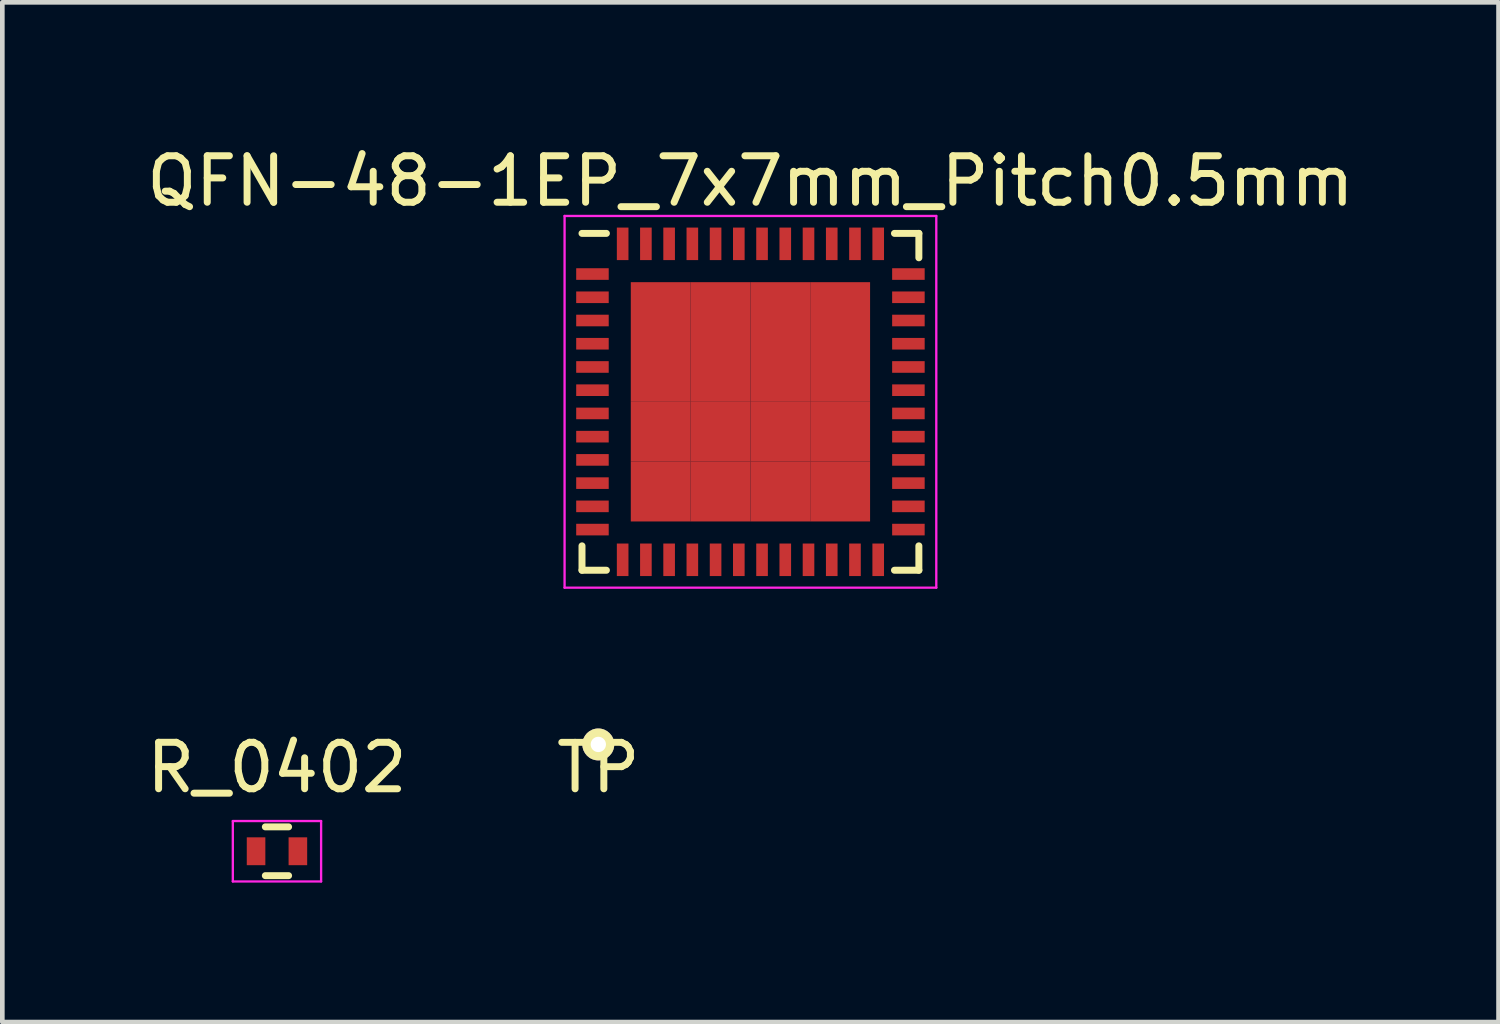
<source format=kicad_pcb>
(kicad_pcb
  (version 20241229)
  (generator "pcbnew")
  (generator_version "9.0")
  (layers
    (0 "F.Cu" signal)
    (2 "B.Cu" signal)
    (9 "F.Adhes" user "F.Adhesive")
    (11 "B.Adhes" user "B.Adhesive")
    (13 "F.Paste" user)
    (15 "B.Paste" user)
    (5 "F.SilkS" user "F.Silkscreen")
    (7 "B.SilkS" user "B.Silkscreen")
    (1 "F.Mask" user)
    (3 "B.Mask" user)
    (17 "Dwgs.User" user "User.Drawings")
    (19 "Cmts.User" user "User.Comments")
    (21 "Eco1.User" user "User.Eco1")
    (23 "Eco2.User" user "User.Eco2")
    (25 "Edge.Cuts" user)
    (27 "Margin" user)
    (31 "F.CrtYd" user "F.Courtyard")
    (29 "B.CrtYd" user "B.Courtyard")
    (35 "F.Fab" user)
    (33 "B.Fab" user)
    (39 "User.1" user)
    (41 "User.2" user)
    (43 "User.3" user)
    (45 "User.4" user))
  (footprint "R_0402"
    (layer "F.Cu")
    (at 2.911 15.271)
    (property "Reference" "R_0402" (at 0 -1.8 0) (layer "F.SilkS") (effects (font (size 1 1) (thickness 0.15))))
    (attr smd)
    (fp_line (start -0.25 0.525) (end 0.25 0.525) (stroke (width 0.15) (type solid)) (layer "F.SilkS"))
    (fp_line (start 0.25 -0.525) (end -0.25 -0.525) (stroke (width 0.15) (type solid)) (layer "F.SilkS"))
    (fp_line (start -0.95 -0.65) (end -0.95 0.65) (stroke (width 0.05) (type solid)) (layer "F.CrtYd"))
    (fp_line (start -0.95 -0.65) (end 0.95 -0.65) (stroke (width 0.05) (type solid)) (layer "F.CrtYd"))
    (fp_line (start -0.95 0.65) (end 0.95 0.65) (stroke (width 0.05) (type solid)) (layer "F.CrtYd"))
    (fp_line (start 0.95 -0.65) (end 0.95 0.65) (stroke (width 0.05) (type solid)) (layer "F.CrtYd"))
    (pad "1" smd rect (at -0.45 0) (size 0.4 0.6) (layers "F.Cu" "F.Mask" "F.Paste"))
    (pad "2" smd rect (at 0.45 0) (size 0.4 0.6) (layers "F.Cu" "F.Mask" "F.Paste")))
  (footprint "QFN-48-1EP_7x7mm_Pitch0.5mm"
    (layer "F.Cu")
    (at 13.101 5.598)
    (property "Reference" "QFN-48-1EP_7x7mm_Pitch0.5mm" (at 0 -4.75 0) (layer "F.SilkS") (effects (font (size 1 1) (thickness 0.15))))
    (attr smd)
    (fp_line (start -3.625 -3.625) (end -3.1 -3.625) (stroke (width 0.15) (type solid)) (layer "F.SilkS"))
    (fp_line (start -3.625 3.625) (end -3.625 3.1) (stroke (width 0.15) (type solid)) (layer "F.SilkS"))
    (fp_line (start -3.625 3.625) (end -3.1 3.625) (stroke (width 0.15) (type solid)) (layer "F.SilkS"))
    (fp_line (start 3.625 -3.625) (end 3.1 -3.625) (stroke (width 0.15) (type solid)) (layer "F.SilkS"))
    (fp_line (start 3.625 -3.625) (end 3.625 -3.1) (stroke (width 0.15) (type solid)) (layer "F.SilkS"))
    (fp_line (start 3.625 3.625) (end 3.1 3.625) (stroke (width 0.15) (type solid)) (layer "F.SilkS"))
    (fp_line (start 3.625 3.625) (end 3.625 3.1) (stroke (width 0.15) (type solid)) (layer "F.SilkS"))
    (fp_line (start -4 -4) (end -4 4) (stroke (width 0.05) (type solid)) (layer "F.CrtYd"))
    (fp_line (start -4 -4) (end 4 -4) (stroke (width 0.05) (type solid)) (layer "F.CrtYd"))
    (fp_line (start -4 4) (end 4 4) (stroke (width 0.05) (type solid)) (layer "F.CrtYd"))
    (fp_line (start 4 -4) (end 4 4) (stroke (width 0.05) (type solid)) (layer "F.CrtYd"))
    (pad "1" smd rect (at -3.4 -2.75) (size 0.7 0.25) (layers "F.Cu" "F.Mask" "F.Paste"))
    (pad "2" smd rect (at -3.4 -2.25) (size 0.7 0.25) (layers "F.Cu" "F.Mask" "F.Paste"))
    (pad "3" smd rect (at -3.4 -1.75) (size 0.7 0.25) (layers "F.Cu" "F.Mask" "F.Paste"))
    (pad "4" smd rect (at -3.4 -1.25) (size 0.7 0.25) (layers "F.Cu" "F.Mask" "F.Paste"))
    (pad "5" smd rect (at -3.4 -0.75) (size 0.7 0.25) (layers "F.Cu" "F.Mask" "F.Paste"))
    (pad "6" smd rect (at -3.4 -0.25) (size 0.7 0.25) (layers "F.Cu" "F.Mask" "F.Paste"))
    (pad "7" smd rect (at -3.4 0.25) (size 0.7 0.25) (layers "F.Cu" "F.Mask" "F.Paste"))
    (pad "8" smd rect (at -3.4 0.75) (size 0.7 0.25) (layers "F.Cu" "F.Mask" "F.Paste"))
    (pad "9" smd rect (at -3.4 1.25) (size 0.7 0.25) (layers "F.Cu" "F.Mask" "F.Paste"))
    (pad "10" smd rect (at -3.4 1.75) (size 0.7 0.25) (layers "F.Cu" "F.Mask" "F.Paste"))
    (pad "11" smd rect (at -3.4 2.25) (size 0.7 0.25) (layers "F.Cu" "F.Mask" "F.Paste"))
    (pad "12" smd rect (at -3.4 2.75) (size 0.7 0.25) (layers "F.Cu" "F.Mask" "F.Paste"))
    (pad "13" smd rect (at -2.75 3.4 90) (size 0.7 0.25) (layers "F.Cu" "F.Mask" "F.Paste"))
    (pad "14" smd rect (at -2.25 3.4 90) (size 0.7 0.25) (layers "F.Cu" "F.Mask" "F.Paste"))
    (pad "15" smd rect (at -1.75 3.4 90) (size 0.7 0.25) (layers "F.Cu" "F.Mask" "F.Paste"))
    (pad "16" smd rect (at -1.25 3.4 90) (size 0.7 0.25) (layers "F.Cu" "F.Mask" "F.Paste"))
    (pad "17" smd rect (at -0.75 3.4 90) (size 0.7 0.25) (layers "F.Cu" "F.Mask" "F.Paste"))
    (pad "18" smd rect (at -0.25 3.4 90) (size 0.7 0.25) (layers "F.Cu" "F.Mask" "F.Paste"))
    (pad "19" smd rect (at 0.25 3.4 90) (size 0.7 0.25) (layers "F.Cu" "F.Mask" "F.Paste"))
    (pad "20" smd rect (at 0.75 3.4 90) (size 0.7 0.25) (layers "F.Cu" "F.Mask" "F.Paste"))
    (pad "21" smd rect (at 1.25 3.4 90) (size 0.7 0.25) (layers "F.Cu" "F.Mask" "F.Paste"))
    (pad "22" smd rect (at 1.75 3.4 90) (size 0.7 0.25) (layers "F.Cu" "F.Mask" "F.Paste"))
    (pad "23" smd rect (at 2.25 3.4 90) (size 0.7 0.25) (layers "F.Cu" "F.Mask" "F.Paste"))
    (pad "24" smd rect (at 2.75 3.4 90) (size 0.7 0.25) (layers "F.Cu" "F.Mask" "F.Paste"))
    (pad "25" smd rect (at 3.4 2.75) (size 0.7 0.25) (layers "F.Cu" "F.Mask" "F.Paste"))
    (pad "26" smd rect (at 3.4 2.25) (size 0.7 0.25) (layers "F.Cu" "F.Mask" "F.Paste"))
    (pad "27" smd rect (at 3.4 1.75) (size 0.7 0.25) (layers "F.Cu" "F.Mask" "F.Paste"))
    (pad "28" smd rect (at 3.4 1.25) (size 0.7 0.25) (layers "F.Cu" "F.Mask" "F.Paste"))
    (pad "29" smd rect (at 3.4 0.75) (size 0.7 0.25) (layers "F.Cu" "F.Mask" "F.Paste"))
    (pad "30" smd rect (at 3.4 0.25) (size 0.7 0.25) (layers "F.Cu" "F.Mask" "F.Paste"))
    (pad "31" smd rect (at 3.4 -0.25) (size 0.7 0.25) (layers "F.Cu" "F.Mask" "F.Paste"))
    (pad "32" smd rect (at 3.4 -0.75) (size 0.7 0.25) (layers "F.Cu" "F.Mask" "F.Paste"))
    (pad "33" smd rect (at 3.4 -1.25) (size 0.7 0.25) (layers "F.Cu" "F.Mask" "F.Paste"))
    (pad "34" smd rect (at 3.4 -1.75) (size 0.7 0.25) (layers "F.Cu" "F.Mask" "F.Paste"))
    (pad "35" smd rect (at 3.4 -2.25) (size 0.7 0.25) (layers "F.Cu" "F.Mask" "F.Paste"))
    (pad "36" smd rect (at 3.4 -2.75) (size 0.7 0.25) (layers "F.Cu" "F.Mask" "F.Paste"))
    (pad "37" smd rect (at 2.75 -3.4 90) (size 0.7 0.25) (layers "F.Cu" "F.Mask" "F.Paste"))
    (pad "38" smd rect (at 2.25 -3.4 90) (size 0.7 0.25) (layers "F.Cu" "F.Mask" "F.Paste"))
    (pad "39" smd rect (at 1.75 -3.4 90) (size 0.7 0.25) (layers "F.Cu" "F.Mask" "F.Paste"))
    (pad "40" smd rect (at 1.25 -3.4 90) (size 0.7 0.25) (layers "F.Cu" "F.Mask" "F.Paste"))
    (pad "41" smd rect (at 0.75 -3.4 90) (size 0.7 0.25) (layers "F.Cu" "F.Mask" "F.Paste"))
    (pad "42" smd rect (at 0.25 -3.4 90) (size 0.7 0.25) (layers "F.Cu" "F.Mask" "F.Paste"))
    (pad "43" smd rect (at -0.25 -3.4 90) (size 0.7 0.25) (layers "F.Cu" "F.Mask" "F.Paste"))
    (pad "44" smd rect (at -0.75 -3.4 90) (size 0.7 0.25) (layers "F.Cu" "F.Mask" "F.Paste"))
    (pad "45" smd rect (at -1.25 -3.4 90) (size 0.7 0.25) (layers "F.Cu" "F.Mask" "F.Paste"))
    (pad "46" smd rect (at -1.75 -3.4 90) (size 0.7 0.25) (layers "F.Cu" "F.Mask" "F.Paste"))
    (pad "47" smd rect (at -2.25 -3.4 90) (size 0.7 0.25) (layers "F.Cu" "F.Mask" "F.Paste"))
    (pad "48" smd rect (at -2.75 -3.4 90) (size 0.7 0.25) (layers "F.Cu" "F.Mask" "F.Paste"))
    (pad "49" smd rect (at -1.931 -1.931) (size 1.288 1.288) (layers "F.Cu" "F.Mask" "F.Paste"))
    (pad "49" smd rect (at -1.931 -0.644) (size 1.288 1.288) (layers "F.Cu" "F.Mask" "F.Paste"))
    (pad "49" smd rect (at -1.931 0.644) (size 1.288 1.288) (layers "F.Cu" "F.Mask" "F.Paste"))
    (pad "49" smd rect (at -1.931 1.931) (size 1.288 1.288) (layers "F.Cu" "F.Mask" "F.Paste"))
    (pad "49" smd rect (at -0.644 -1.931) (size 1.288 1.288) (layers "F.Cu" "F.Mask" "F.Paste"))
    (pad "49" smd rect (at -0.644 -0.644) (size 1.288 1.288) (layers "F.Cu" "F.Mask" "F.Paste"))
    (pad "49" smd rect (at -0.644 0.644) (size 1.288 1.288) (layers "F.Cu" "F.Mask" "F.Paste"))
    (pad "49" smd rect (at -0.644 1.931) (size 1.288 1.288) (layers "F.Cu" "F.Mask" "F.Paste"))
    (pad "49" smd rect (at 0.644 -1.931) (size 1.288 1.288) (layers "F.Cu" "F.Mask" "F.Paste"))
    (pad "49" smd rect (at 0.644 -0.644) (size 1.288 1.288) (layers "F.Cu" "F.Mask" "F.Paste"))
    (pad "49" smd rect (at 0.644 0.644) (size 1.288 1.288) (layers "F.Cu" "F.Mask" "F.Paste"))
    (pad "49" smd rect (at 0.644 1.931) (size 1.288 1.288) (layers "F.Cu" "F.Mask" "F.Paste"))
    (pad "49" smd rect (at 1.931 -1.931) (size 1.288 1.288) (layers "F.Cu" "F.Mask" "F.Paste"))
    (pad "49" smd rect (at 1.931 -0.644) (size 1.288 1.288) (layers "F.Cu" "F.Mask" "F.Paste"))
    (pad "49" smd rect (at 1.931 0.644) (size 1.288 1.288) (layers "F.Cu" "F.Mask" "F.Paste"))
    (pad "49" smd rect (at 1.931 1.931) (size 1.288 1.288) (layers "F.Cu" "F.Mask" "F.Paste")))
  (footprint "TP"
    (layer "F.Cu")
    (at 9.827 12.972)
    (property "Reference" "TP" (at 0 0.5 0) (layer "F.SilkS") (effects (font (size 1 1) (thickness 0.15))))
    (attr through_hole)
    (pad "1" thru_hole circle (at 0 0) (size 0.686 0.686) (drill 0.33) (layers "*.Cu" "*.Mask" "F.SilkS")))
  (gr_rect
    (start -3 -3)
    (end 29.202 18.947)
    (stroke (width 0.1) (type default))
    (fill no)
    (layer "Edge.Cuts")))
</source>
